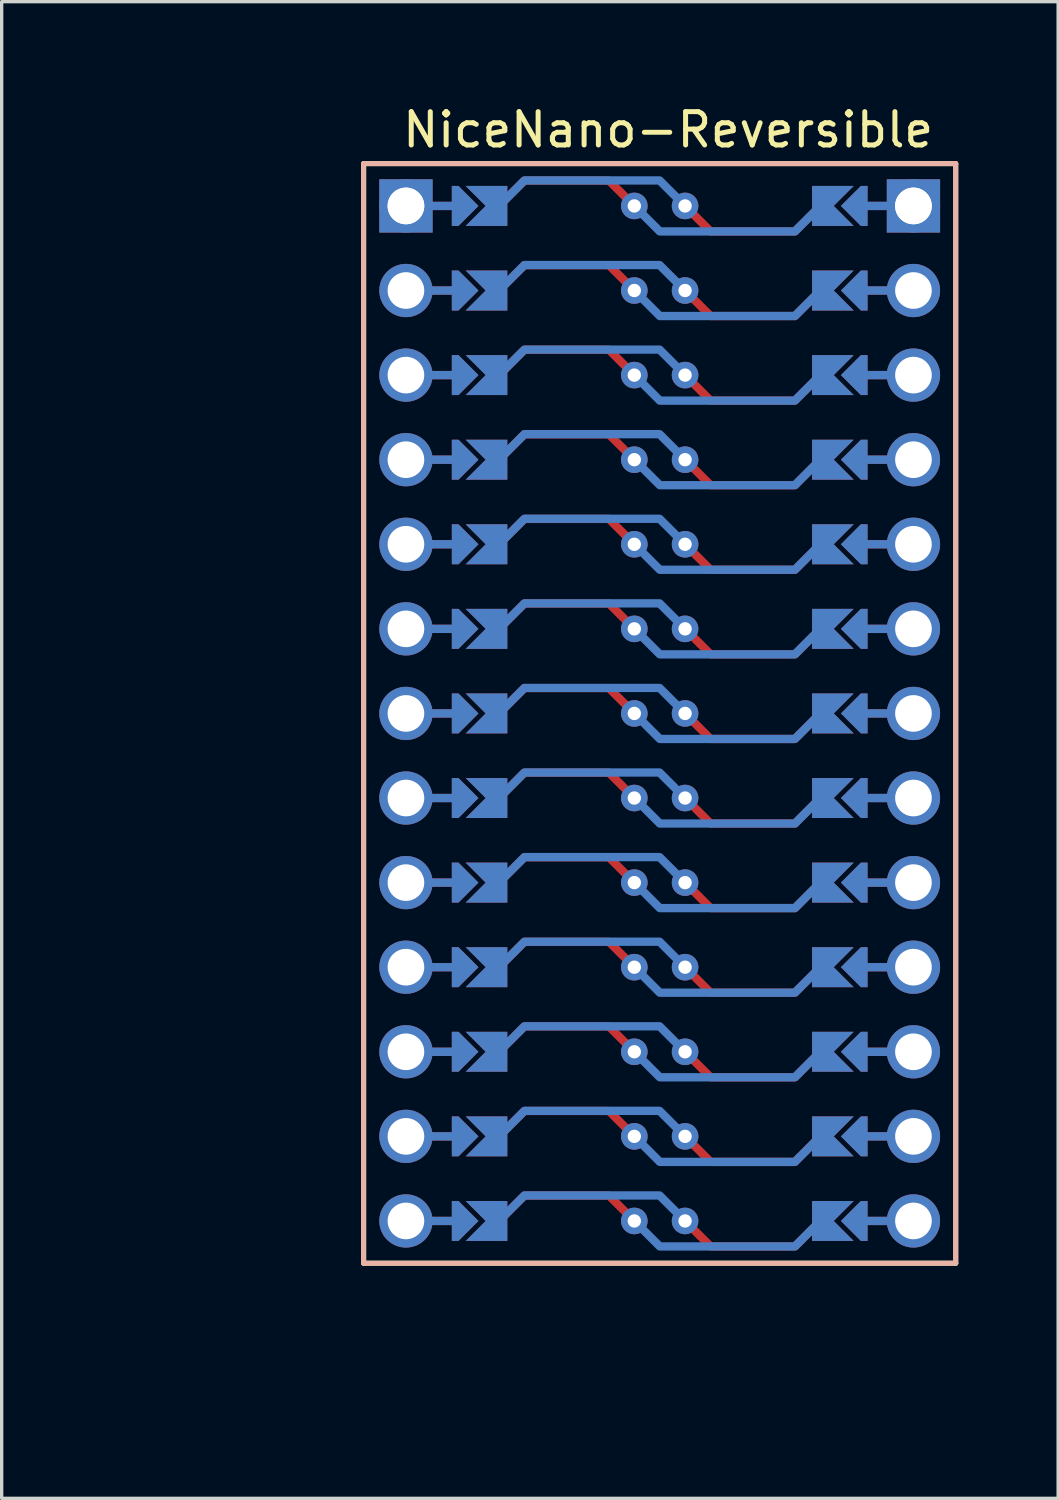
<source format=kicad_pcb>
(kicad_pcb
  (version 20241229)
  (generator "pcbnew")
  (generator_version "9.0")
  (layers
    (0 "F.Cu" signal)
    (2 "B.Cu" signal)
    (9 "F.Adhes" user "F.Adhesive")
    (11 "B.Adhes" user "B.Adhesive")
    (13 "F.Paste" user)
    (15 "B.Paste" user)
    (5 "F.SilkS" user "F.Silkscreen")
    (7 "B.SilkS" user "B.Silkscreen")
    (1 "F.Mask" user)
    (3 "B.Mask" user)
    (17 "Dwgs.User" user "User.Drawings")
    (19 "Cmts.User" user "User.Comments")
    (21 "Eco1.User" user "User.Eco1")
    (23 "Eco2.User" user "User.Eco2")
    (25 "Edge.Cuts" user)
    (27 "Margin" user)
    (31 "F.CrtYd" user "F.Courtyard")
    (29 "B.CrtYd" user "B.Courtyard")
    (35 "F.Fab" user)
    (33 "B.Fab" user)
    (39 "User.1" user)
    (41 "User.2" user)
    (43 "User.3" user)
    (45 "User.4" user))
  (footprint "NiceNano-Reversible"
    (layer "F.Cu")
    (at 0.25 38.694)
    (property "Reference" "NiceNano-Reversible" (at 16.764 -37.846 0) (layer "F.SilkS") (effects (font (size 1 1) (thickness 0.15))))
    (attr through_hole)
    (fp_circle (center 15.748 -35.56) (end 15.748 -35.435) (stroke (width 0.25) (type solid)) (fill no) (layer "F.Mask"))
    (fp_circle (center 15.748 -33.02) (end 15.748 -32.895) (stroke (width 0.25) (type solid)) (fill no) (layer "F.Mask"))
    (fp_circle (center 15.748 -30.48) (end 15.748 -30.355) (stroke (width 0.25) (type solid)) (fill no) (layer "F.Mask"))
    (fp_circle (center 15.748 -27.94) (end 15.748 -27.815) (stroke (width 0.25) (type solid)) (fill no) (layer "F.Mask"))
    (fp_circle (center 15.748 -25.4) (end 15.748 -25.275) (stroke (width 0.25) (type solid)) (fill no) (layer "F.Mask"))
    (fp_circle (center 15.748 -22.86) (end 15.748 -22.735) (stroke (width 0.25) (type solid)) (fill no) (layer "F.Mask"))
    (fp_circle (center 15.748 -20.32) (end 15.748 -20.195) (stroke (width 0.25) (type solid)) (fill no) (layer "F.Mask"))
    (fp_circle (center 15.748 -17.78) (end 15.748 -17.655) (stroke (width 0.25) (type solid)) (fill no) (layer "F.Mask"))
    (fp_circle (center 15.748 -15.24) (end 15.748 -15.115) (stroke (width 0.25) (type solid)) (fill no) (layer "F.Mask"))
    (fp_circle (center 15.748 -12.7) (end 15.748 -12.575) (stroke (width 0.25) (type solid)) (fill no) (layer "F.Mask"))
    (fp_circle (center 15.748 -10.16) (end 15.748 -10.035) (stroke (width 0.25) (type solid)) (fill no) (layer "F.Mask"))
    (fp_circle (center 15.748 -7.62) (end 15.748 -7.495) (stroke (width 0.25) (type solid)) (fill no) (layer "F.Mask"))
    (fp_circle (center 15.748 -5.08) (end 15.748 -4.955) (stroke (width 0.25) (type solid)) (fill no) (layer "F.Mask"))
    (fp_circle (center 17.272 -35.56) (end 17.272 -35.435) (stroke (width 0.25) (type solid)) (fill no) (layer "F.Mask"))
    (fp_circle (center 17.272 -33.02) (end 17.272 -32.895) (stroke (width 0.25) (type solid)) (fill no) (layer "F.Mask"))
    (fp_circle (center 17.272 -30.48) (end 17.272 -30.355) (stroke (width 0.25) (type solid)) (fill no) (layer "F.Mask"))
    (fp_circle (center 17.272 -27.94) (end 17.272 -27.815) (stroke (width 0.25) (type solid)) (fill no) (layer "F.Mask"))
    (fp_circle (center 17.272 -25.4) (end 17.272 -25.275) (stroke (width 0.25) (type solid)) (fill no) (layer "F.Mask"))
    (fp_circle (center 17.272 -22.86) (end 17.272 -22.735) (stroke (width 0.25) (type solid)) (fill no) (layer "F.Mask"))
    (fp_circle (center 17.272 -20.32) (end 17.272 -20.195) (stroke (width 0.25) (type solid)) (fill no) (layer "F.Mask"))
    (fp_circle (center 17.272 -17.78) (end 17.272 -17.655) (stroke (width 0.25) (type solid)) (fill no) (layer "F.Mask"))
    (fp_circle (center 17.272 -15.24) (end 17.272 -15.115) (stroke (width 0.25) (type solid)) (fill no) (layer "F.Mask"))
    (fp_circle (center 17.272 -12.7) (end 17.272 -12.575) (stroke (width 0.25) (type solid)) (fill no) (layer "F.Mask"))
    (fp_circle (center 17.272 -10.16) (end 17.272 -10.035) (stroke (width 0.25) (type solid)) (fill no) (layer "F.Mask"))
    (fp_circle (center 17.272 -7.62) (end 17.272 -7.495) (stroke (width 0.25) (type solid)) (fill no) (layer "F.Mask"))
    (fp_circle (center 17.272 -5.08) (end 17.272 -4.955) (stroke (width 0.25) (type solid)) (fill no) (layer "F.Mask"))
    (fp_poly (pts (xy 11.43 -36.068) (xy 11.43 -35.052) (xy 10.414 -35.052) (xy 10.414 -36.068)) (stroke (width 0.1) (type solid)) (fill yes) (layer "F.Mask"))
    (fp_poly (pts (xy 11.43 -33.528) (xy 11.43 -32.512) (xy 10.414 -32.512) (xy 10.414 -33.528)) (stroke (width 0.1) (type solid)) (fill yes) (layer "F.Mask"))
    (fp_poly (pts (xy 11.43 -30.988) (xy 11.43 -29.972) (xy 10.414 -29.972) (xy 10.414 -30.988)) (stroke (width 0.1) (type solid)) (fill yes) (layer "F.Mask"))
    (fp_poly (pts (xy 11.43 -28.448) (xy 11.43 -27.432) (xy 10.414 -27.432) (xy 10.414 -28.448)) (stroke (width 0.1) (type solid)) (fill yes) (layer "F.Mask"))
    (fp_poly (pts (xy 11.43 -25.908) (xy 11.43 -24.892) (xy 10.414 -24.892) (xy 10.414 -25.908)) (stroke (width 0.1) (type solid)) (fill yes) (layer "F.Mask"))
    (fp_poly (pts (xy 11.43 -23.368) (xy 11.43 -22.352) (xy 10.414 -22.352) (xy 10.414 -23.368)) (stroke (width 0.1) (type solid)) (fill yes) (layer "F.Mask"))
    (fp_poly (pts (xy 11.43 -20.828) (xy 11.43 -19.812) (xy 10.414 -19.812) (xy 10.414 -20.828)) (stroke (width 0.1) (type solid)) (fill yes) (layer "F.Mask"))
    (fp_poly (pts (xy 11.43 -18.288) (xy 11.43 -17.272) (xy 10.414 -17.272) (xy 10.414 -18.288)) (stroke (width 0.1) (type solid)) (fill yes) (layer "F.Mask"))
    (fp_poly (pts (xy 11.43 -15.748) (xy 11.43 -14.732) (xy 10.414 -14.732) (xy 10.414 -15.748)) (stroke (width 0.1) (type solid)) (fill yes) (layer "F.Mask"))
    (fp_poly (pts (xy 11.43 -13.208) (xy 11.43 -12.192) (xy 10.414 -12.192) (xy 10.414 -13.208)) (stroke (width 0.1) (type solid)) (fill yes) (layer "F.Mask"))
    (fp_poly (pts (xy 11.43 -10.668) (xy 11.43 -9.652) (xy 10.414 -9.652) (xy 10.414 -10.668)) (stroke (width 0.1) (type solid)) (fill yes) (layer "F.Mask"))
    (fp_poly (pts (xy 11.43 -8.128) (xy 11.43 -7.112) (xy 10.414 -7.112) (xy 10.414 -8.128)) (stroke (width 0.1) (type solid)) (fill yes) (layer "F.Mask"))
    (fp_poly (pts (xy 11.43 -5.588) (xy 11.43 -4.572) (xy 10.414 -4.572) (xy 10.414 -5.588)) (stroke (width 0.1) (type solid)) (fill yes) (layer "F.Mask"))
    (fp_poly (pts (xy 21.59 -35.052) (xy 21.59 -36.068) (xy 22.606 -36.068) (xy 22.606 -35.052)) (stroke (width 0.1) (type solid)) (fill yes) (layer "F.Mask"))
    (fp_poly (pts (xy 21.59 -32.512) (xy 21.59 -33.528) (xy 22.606 -33.528) (xy 22.606 -32.512)) (stroke (width 0.1) (type solid)) (fill yes) (layer "F.Mask"))
    (fp_poly (pts (xy 21.59 -29.972) (xy 21.59 -30.988) (xy 22.606 -30.988) (xy 22.606 -29.972)) (stroke (width 0.1) (type solid)) (fill yes) (layer "F.Mask"))
    (fp_poly (pts (xy 21.59 -27.432) (xy 21.59 -28.448) (xy 22.606 -28.448) (xy 22.606 -27.432)) (stroke (width 0.1) (type solid)) (fill yes) (layer "F.Mask"))
    (fp_poly (pts (xy 21.59 -24.892) (xy 21.59 -25.908) (xy 22.606 -25.908) (xy 22.606 -24.892)) (stroke (width 0.1) (type solid)) (fill yes) (layer "F.Mask"))
    (fp_poly (pts (xy 21.59 -22.352) (xy 21.59 -23.368) (xy 22.606 -23.368) (xy 22.606 -22.352)) (stroke (width 0.1) (type solid)) (fill yes) (layer "F.Mask"))
    (fp_poly (pts (xy 21.59 -19.812) (xy 21.59 -20.828) (xy 22.606 -20.828) (xy 22.606 -19.812)) (stroke (width 0.1) (type solid)) (fill yes) (layer "F.Mask"))
    (fp_poly (pts (xy 21.59 -17.272) (xy 21.59 -18.288) (xy 22.606 -18.288) (xy 22.606 -17.272)) (stroke (width 0.1) (type solid)) (fill yes) (layer "F.Mask"))
    (fp_poly (pts (xy 21.59 -14.732) (xy 21.59 -15.748) (xy 22.606 -15.748) (xy 22.606 -14.732)) (stroke (width 0.1) (type solid)) (fill yes) (layer "F.Mask"))
    (fp_poly (pts (xy 21.59 -12.192) (xy 21.59 -13.208) (xy 22.606 -13.208) (xy 22.606 -12.192)) (stroke (width 0.1) (type solid)) (fill yes) (layer "F.Mask"))
    (fp_poly (pts (xy 21.59 -9.652) (xy 21.59 -10.668) (xy 22.606 -10.668) (xy 22.606 -9.652)) (stroke (width 0.1) (type solid)) (fill yes) (layer "F.Mask"))
    (fp_poly (pts (xy 21.59 -7.112) (xy 21.59 -8.128) (xy 22.606 -8.128) (xy 22.606 -7.112)) (stroke (width 0.1) (type solid)) (fill yes) (layer "F.Mask"))
    (fp_poly (pts (xy 21.59 -4.572) (xy 21.59 -5.588) (xy 22.606 -5.588) (xy 22.606 -4.572)) (stroke (width 0.1) (type solid)) (fill yes) (layer "F.Mask"))
    (fp_circle (center 15.748 -35.56) (end 15.748 -35.435) (stroke (width 0.25) (type solid)) (fill no) (layer "B.Mask"))
    (fp_circle (center 15.748 -33.02) (end 15.748 -32.895) (stroke (width 0.25) (type solid)) (fill no) (layer "B.Mask"))
    (fp_circle (center 15.748 -30.48) (end 15.748 -30.355) (stroke (width 0.25) (type solid)) (fill no) (layer "B.Mask"))
    (fp_circle (center 15.748 -27.94) (end 15.748 -27.815) (stroke (width 0.25) (type solid)) (fill no) (layer "B.Mask"))
    (fp_circle (center 15.748 -25.4) (end 15.748 -25.275) (stroke (width 0.25) (type solid)) (fill no) (layer "B.Mask"))
    (fp_circle (center 15.748 -22.86) (end 15.748 -22.735) (stroke (width 0.25) (type solid)) (fill no) (layer "B.Mask"))
    (fp_circle (center 15.748 -20.32) (end 15.748 -20.195) (stroke (width 0.25) (type solid)) (fill no) (layer "B.Mask"))
    (fp_circle (center 15.748 -17.78) (end 15.748 -17.655) (stroke (width 0.25) (type solid)) (fill no) (layer "B.Mask"))
    (fp_circle (center 15.748 -15.24) (end 15.748 -15.115) (stroke (width 0.25) (type solid)) (fill no) (layer "B.Mask"))
    (fp_circle (center 15.748 -12.7) (end 15.748 -12.575) (stroke (width 0.25) (type solid)) (fill no) (layer "B.Mask"))
    (fp_circle (center 15.748 -10.16) (end 15.748 -10.035) (stroke (width 0.25) (type solid)) (fill no) (layer "B.Mask"))
    (fp_circle (center 15.748 -7.62) (end 15.748 -7.495) (stroke (width 0.25) (type solid)) (fill no) (layer "B.Mask"))
    (fp_circle (center 15.748 -5.08) (end 15.748 -4.955) (stroke (width 0.25) (type solid)) (fill no) (layer "B.Mask"))
    (fp_circle (center 17.272 -35.56) (end 17.272 -35.435) (stroke (width 0.25) (type solid)) (fill no) (layer "B.Mask"))
    (fp_circle (center 17.272 -33.02) (end 17.272 -32.895) (stroke (width 0.25) (type solid)) (fill no) (layer "B.Mask"))
    (fp_circle (center 17.272 -30.48) (end 17.272 -30.355) (stroke (width 0.25) (type solid)) (fill no) (layer "B.Mask"))
    (fp_circle (center 17.272 -27.94) (end 17.272 -27.815) (stroke (width 0.25) (type solid)) (fill no) (layer "B.Mask"))
    (fp_circle (center 17.272 -25.4) (end 17.272 -25.275) (stroke (width 0.25) (type solid)) (fill no) (layer "B.Mask"))
    (fp_circle (center 17.272 -22.86) (end 17.272 -22.735) (stroke (width 0.25) (type solid)) (fill no) (layer "B.Mask"))
    (fp_circle (center 17.272 -20.32) (end 17.272 -20.195) (stroke (width 0.25) (type solid)) (fill no) (layer "B.Mask"))
    (fp_circle (center 17.272 -17.78) (end 17.272 -17.655) (stroke (width 0.25) (type solid)) (fill no) (layer "B.Mask"))
    (fp_circle (center 17.272 -15.24) (end 17.272 -15.115) (stroke (width 0.25) (type solid)) (fill no) (layer "B.Mask"))
    (fp_circle (center 17.272 -12.7) (end 17.272 -12.575) (stroke (width 0.25) (type solid)) (fill no) (layer "B.Mask"))
    (fp_circle (center 17.272 -10.16) (end 17.272 -10.035) (stroke (width 0.25) (type solid)) (fill no) (layer "B.Mask"))
    (fp_circle (center 17.272 -7.62) (end 17.272 -7.495) (stroke (width 0.25) (type solid)) (fill no) (layer "B.Mask"))
    (fp_circle (center 17.272 -5.08) (end 17.272 -4.955) (stroke (width 0.25) (type solid)) (fill no) (layer "B.Mask"))
    (fp_poly (pts (xy 11.43 -36.068) (xy 11.43 -35.052) (xy 10.414 -35.052) (xy 10.414 -36.068)) (stroke (width 0.1) (type solid)) (fill yes) (layer "B.Mask"))
    (fp_poly (pts (xy 11.43 -33.528) (xy 11.43 -32.512) (xy 10.414 -32.512) (xy 10.414 -33.528)) (stroke (width 0.1) (type solid)) (fill yes) (layer "B.Mask"))
    (fp_poly (pts (xy 11.43 -30.988) (xy 11.43 -29.972) (xy 10.414 -29.972) (xy 10.414 -30.988)) (stroke (width 0.1) (type solid)) (fill yes) (layer "B.Mask"))
    (fp_poly (pts (xy 11.43 -28.448) (xy 11.43 -27.432) (xy 10.414 -27.432) (xy 10.414 -28.448)) (stroke (width 0.1) (type solid)) (fill yes) (layer "B.Mask"))
    (fp_poly (pts (xy 11.43 -25.908) (xy 11.43 -24.892) (xy 10.414 -24.892) (xy 10.414 -25.908)) (stroke (width 0.1) (type solid)) (fill yes) (layer "B.Mask"))
    (fp_poly (pts (xy 11.43 -23.368) (xy 11.43 -22.352) (xy 10.414 -22.352) (xy 10.414 -23.368)) (stroke (width 0.1) (type solid)) (fill yes) (layer "B.Mask"))
    (fp_poly (pts (xy 11.43 -20.828) (xy 11.43 -19.812) (xy 10.414 -19.812) (xy 10.414 -20.828)) (stroke (width 0.1) (type solid)) (fill yes) (layer "B.Mask"))
    (fp_poly (pts (xy 11.43 -18.288) (xy 11.43 -17.272) (xy 10.414 -17.272) (xy 10.414 -18.288)) (stroke (width 0.1) (type solid)) (fill yes) (layer "B.Mask"))
    (fp_poly (pts (xy 11.43 -15.748) (xy 11.43 -14.732) (xy 10.414 -14.732) (xy 10.414 -15.748)) (stroke (width 0.1) (type solid)) (fill yes) (layer "B.Mask"))
    (fp_poly (pts (xy 11.43 -13.208) (xy 11.43 -12.192) (xy 10.414 -12.192) (xy 10.414 -13.208)) (stroke (width 0.1) (type solid)) (fill yes) (layer "B.Mask"))
    (fp_poly (pts (xy 11.43 -10.668) (xy 11.43 -9.652) (xy 10.414 -9.652) (xy 10.414 -10.668)) (stroke (width 0.1) (type solid)) (fill yes) (layer "B.Mask"))
    (fp_poly (pts (xy 11.43 -8.128) (xy 11.43 -7.112) (xy 10.414 -7.112) (xy 10.414 -8.128)) (stroke (width 0.1) (type solid)) (fill yes) (layer "B.Mask"))
    (fp_poly (pts (xy 11.43 -5.588) (xy 11.43 -4.572) (xy 10.414 -4.572) (xy 10.414 -5.588)) (stroke (width 0.1) (type solid)) (fill yes) (layer "B.Mask"))
    (fp_poly (pts (xy 21.59 -35.052) (xy 21.59 -36.068) (xy 22.606 -36.068) (xy 22.606 -35.052)) (stroke (width 0.1) (type solid)) (fill yes) (layer "B.Mask"))
    (fp_poly (pts (xy 21.59 -32.512) (xy 21.59 -33.528) (xy 22.606 -33.528) (xy 22.606 -32.512)) (stroke (width 0.1) (type solid)) (fill yes) (layer "B.Mask"))
    (fp_poly (pts (xy 21.59 -29.972) (xy 21.59 -30.988) (xy 22.606 -30.988) (xy 22.606 -29.972)) (stroke (width 0.1) (type solid)) (fill yes) (layer "B.Mask"))
    (fp_poly (pts (xy 21.59 -27.432) (xy 21.59 -28.448) (xy 22.606 -28.448) (xy 22.606 -27.432)) (stroke (width 0.1) (type solid)) (fill yes) (layer "B.Mask"))
    (fp_poly (pts (xy 21.59 -24.892) (xy 21.59 -25.908) (xy 22.606 -25.908) (xy 22.606 -24.892)) (stroke (width 0.1) (type solid)) (fill yes) (layer "B.Mask"))
    (fp_poly (pts (xy 21.59 -22.352) (xy 21.59 -23.368) (xy 22.606 -23.368) (xy 22.606 -22.352)) (stroke (width 0.1) (type solid)) (fill yes) (layer "B.Mask"))
    (fp_poly (pts (xy 21.59 -19.812) (xy 21.59 -20.828) (xy 22.606 -20.828) (xy 22.606 -19.812)) (stroke (width 0.1) (type solid)) (fill yes) (layer "B.Mask"))
    (fp_poly (pts (xy 21.59 -17.272) (xy 21.59 -18.288) (xy 22.606 -18.288) (xy 22.606 -17.272)) (stroke (width 0.1) (type solid)) (fill yes) (layer "B.Mask"))
    (fp_poly (pts (xy 21.59 -14.732) (xy 21.59 -15.748) (xy 22.606 -15.748) (xy 22.606 -14.732)) (stroke (width 0.1) (type solid)) (fill yes) (layer "B.Mask"))
    (fp_poly (pts (xy 21.59 -12.192) (xy 21.59 -13.208) (xy 22.606 -13.208) (xy 22.606 -12.192)) (stroke (width 0.1) (type solid)) (fill yes) (layer "B.Mask"))
    (fp_poly (pts (xy 21.59 -9.652) (xy 21.59 -10.668) (xy 22.606 -10.668) (xy 22.606 -9.652)) (stroke (width 0.1) (type solid)) (fill yes) (layer "B.Mask"))
    (fp_poly (pts (xy 21.59 -7.112) (xy 21.59 -8.128) (xy 22.606 -8.128) (xy 22.606 -7.112)) (stroke (width 0.1) (type solid)) (fill yes) (layer "B.Mask"))
    (fp_poly (pts (xy 21.59 -4.572) (xy 21.59 -5.588) (xy 22.606 -5.588) (xy 22.606 -4.572)) (stroke (width 0.1) (type solid)) (fill yes) (layer "B.Mask"))
    (fp_line (start 7.62 -36.83) (end 7.62 -3.81) (stroke (width 0.15) (type solid)) (layer "F.SilkS"))
    (fp_line (start 7.62 -36.83) (end 25.4 -36.83) (stroke (width 0.15) (type solid)) (layer "F.SilkS"))
    (fp_line (start 25.4 -36.83) (end 25.4 -3.81) (stroke (width 0.15) (type solid)) (layer "F.SilkS"))
    (fp_line (start 25.4 -3.81) (end 7.62 -3.81) (stroke (width 0.15) (type solid)) (layer "F.SilkS"))
    (fp_line (start 7.62 -36.83) (end 7.62 -3.81) (stroke (width 0.15) (type solid)) (layer "B.SilkS"))
    (fp_line (start 7.62 -36.83) (end 25.4 -36.83) (stroke (width 0.15) (type solid)) (layer "B.SilkS"))
    (fp_line (start 25.4 -36.83) (end 25.4 -3.81) (stroke (width 0.15) (type solid)) (layer "B.SilkS"))
    (fp_line (start 25.4 -3.81) (end 7.62 -3.81) (stroke (width 0.15) (type solid)) (layer "B.SilkS"))
    (pad "" thru_hole circle (at 8.89 -35.56 270) (size 1.6 1.6) (drill 1.1) (layers "*.Cu" "*.Mask"))
    (pad "" thru_hole rect (at 8.89 -35.56 270) (size 1.6 1.6) (drill 1.1) (layers "F.Cu" "F.Mask"))
    (pad "" thru_hole circle (at 8.89 -33.02 270) (size 1.6 1.6) (drill 1.1) (layers "*.Cu" "*.Mask"))
    (pad "" thru_hole circle (at 8.89 -30.48 270) (size 1.6 1.6) (drill 1.1) (layers "*.Cu" "*.Mask"))
    (pad "" thru_hole circle (at 8.89 -27.94 270) (size 1.6 1.6) (drill 1.1) (layers "*.Cu" "*.Mask"))
    (pad "" thru_hole circle (at 8.89 -25.4 270) (size 1.6 1.6) (drill 1.1) (layers "*.Cu" "*.Mask"))
    (pad "" thru_hole circle (at 8.89 -22.86 270) (size 1.6 1.6) (drill 1.1) (layers "*.Cu" "*.Mask"))
    (pad "" thru_hole circle (at 8.89 -20.32 270) (size 1.6 1.6) (drill 1.1) (layers "*.Cu" "*.Mask"))
    (pad "" thru_hole circle (at 8.89 -17.78 270) (size 1.6 1.6) (drill 1.1) (layers "*.Cu" "*.Mask"))
    (pad "" thru_hole circle (at 8.89 -15.24 270) (size 1.6 1.6) (drill 1.1) (layers "*.Cu" "*.Mask"))
    (pad "" thru_hole circle (at 8.89 -12.7 270) (size 1.6 1.6) (drill 1.1) (layers "*.Cu" "*.Mask"))
    (pad "" thru_hole circle (at 8.89 -10.16 270) (size 1.6 1.6) (drill 1.1) (layers "*.Cu" "*.Mask"))
    (pad "" thru_hole circle (at 8.89 -7.62 270) (size 1.6 1.6) (drill 1.1) (layers "*.Cu" "*.Mask"))
    (pad "" thru_hole circle (at 8.89 -5.08 270) (size 1.6 1.6) (drill 1.1) (layers "*.Cu" "*.Mask"))
    (pad "" smd custom (at 10.16 -35.56 90) (size 0.25 1) (layers "F.Cu") (options (anchor rect)) (primitives))
    (pad "" smd custom (at 10.16 -35.56 90) (size 0.25 1) (layers "B.Cu") (options (anchor rect)) (primitives))
    (pad "" smd custom (at 10.16 -33.02 90) (size 0.25 1) (layers "F.Cu") (options (anchor rect)) (primitives))
    (pad "" smd custom (at 10.16 -33.02 90) (size 0.25 1) (layers "B.Cu") (options (anchor rect)) (primitives))
    (pad "" smd custom (at 10.16 -30.48 90) (size 0.25 1) (layers "F.Cu") (options (anchor rect)) (primitives))
    (pad "" smd custom (at 10.16 -30.48 90) (size 0.25 1) (layers "B.Cu") (options (anchor rect)) (primitives))
    (pad "" smd custom (at 10.16 -27.94 90) (size 0.25 1) (layers "F.Cu") (options (anchor rect)) (primitives))
    (pad "" smd custom (at 10.16 -27.94 90) (size 0.25 1) (layers "B.Cu") (options (anchor rect)) (primitives))
    (pad "" smd custom (at 10.16 -25.4 90) (size 0.25 1) (layers "F.Cu") (options (anchor rect)) (primitives))
    (pad "" smd custom (at 10.16 -25.4 90) (size 0.25 1) (layers "B.Cu") (options (anchor rect)) (primitives))
    (pad "" smd custom (at 10.16 -22.86 90) (size 0.25 1) (layers "F.Cu") (options (anchor rect)) (primitives))
    (pad "" smd custom (at 10.16 -22.86 90) (size 0.25 1) (layers "B.Cu") (options (anchor rect)) (primitives))
    (pad "" smd custom (at 10.16 -20.32 90) (size 0.25 1) (layers "F.Cu") (options (anchor rect)) (primitives))
    (pad "" smd custom (at 10.16 -20.32 90) (size 0.25 1) (layers "B.Cu") (options (anchor rect)) (primitives))
    (pad "" smd custom (at 10.16 -17.78 90) (size 0.25 1) (layers "F.Cu") (options (anchor rect)) (primitives))
    (pad "" smd custom (at 10.16 -17.78 90) (size 0.25 1) (layers "B.Cu") (options (anchor rect)) (primitives))
    (pad "" smd custom (at 10.16 -15.24 90) (size 0.25 1) (layers "F.Cu") (options (anchor rect)) (primitives))
    (pad "" smd custom (at 10.16 -15.24 90) (size 0.25 1) (layers "B.Cu") (options (anchor rect)) (primitives))
    (pad "" smd custom (at 10.16 -12.7 90) (size 0.25 1) (layers "F.Cu") (options (anchor rect)) (primitives))
    (pad "" smd custom (at 10.16 -12.7 90) (size 0.25 1) (layers "B.Cu") (options (anchor rect)) (primitives))
    (pad "" smd custom (at 10.16 -10.16 90) (size 0.25 1) (layers "F.Cu") (options (anchor rect)) (primitives))
    (pad "" smd custom (at 10.16 -10.16 90) (size 0.25 1) (layers "B.Cu") (options (anchor rect)) (primitives))
    (pad "" smd custom (at 10.16 -7.62 90) (size 0.25 1) (layers "F.Cu") (options (anchor rect)) (primitives))
    (pad "" smd custom (at 10.16 -7.62 90) (size 0.25 1) (layers "B.Cu") (options (anchor rect)) (primitives))
    (pad "" smd custom (at 10.16 -5.08 90) (size 0.25 1) (layers "F.Cu") (options (anchor rect)) (primitives))
    (pad "" smd custom (at 10.16 -5.08 90) (size 0.25 1) (layers "B.Cu") (options (anchor rect)) (primitives))
    (pad "" smd custom (at 10.668 -35.56 90) (size 0.1 0.1) (layers "F.Cu" "F.Mask") (options (anchor rect)) (primitives (gr_poly (pts (xy 0.6 -0.4) (xy -0.6 -0.4) (xy -0.6 -0.2) (xy 0 0.4) (xy 0.6 -0.2)) (width 0) (fill yes))))
    (pad "" smd custom (at 10.668 -35.56 90) (size 0.1 0.1) (layers "B.Cu" "B.Mask") (options (anchor rect)) (primitives (gr_poly (pts (xy 0.6 -0.4) (xy -0.6 -0.4) (xy -0.6 -0.2) (xy 0 0.4) (xy 0.6 -0.2)) (width 0) (fill yes))))
    (pad "" smd custom (at 10.668 -33.02 90) (size 0.1 0.1) (layers "F.Cu" "F.Mask") (options (anchor rect)) (primitives (gr_poly (pts (xy 0.6 -0.4) (xy -0.6 -0.4) (xy -0.6 -0.2) (xy 0 0.4) (xy 0.6 -0.2)) (width 0) (fill yes))))
    (pad "" smd custom (at 10.668 -33.02 90) (size 0.1 0.1) (layers "B.Cu" "B.Mask") (options (anchor rect)) (primitives (gr_poly (pts (xy 0.6 -0.4) (xy -0.6 -0.4) (xy -0.6 -0.2) (xy 0 0.4) (xy 0.6 -0.2)) (width 0) (fill yes))))
    (pad "" smd custom (at 10.668 -30.48 90) (size 0.1 0.1) (layers "F.Cu" "F.Mask") (options (anchor rect)) (primitives (gr_poly (pts (xy 0.6 -0.4) (xy -0.6 -0.4) (xy -0.6 -0.2) (xy 0 0.4) (xy 0.6 -0.2)) (width 0) (fill yes))))
    (pad "" smd custom (at 10.668 -30.48 90) (size 0.1 0.1) (layers "B.Cu" "B.Mask") (options (anchor rect)) (primitives (gr_poly (pts (xy 0.6 -0.4) (xy -0.6 -0.4) (xy -0.6 -0.2) (xy 0 0.4) (xy 0.6 -0.2)) (width 0) (fill yes))))
    (pad "" smd custom (at 10.668 -27.94 90) (size 0.1 0.1) (layers "F.Cu" "F.Mask") (options (anchor rect)) (primitives (gr_poly (pts (xy 0.6 -0.4) (xy -0.6 -0.4) (xy -0.6 -0.2) (xy 0 0.4) (xy 0.6 -0.2)) (width 0) (fill yes))))
    (pad "" smd custom (at 10.668 -27.94 90) (size 0.1 0.1) (layers "B.Cu" "B.Mask") (options (anchor rect)) (primitives (gr_poly (pts (xy 0.6 -0.4) (xy -0.6 -0.4) (xy -0.6 -0.2) (xy 0 0.4) (xy 0.6 -0.2)) (width 0) (fill yes))))
    (pad "" smd custom (at 10.668 -25.4 90) (size 0.1 0.1) (layers "F.Cu" "F.Mask") (options (anchor rect)) (primitives (gr_poly (pts (xy 0.6 -0.4) (xy -0.6 -0.4) (xy -0.6 -0.2) (xy 0 0.4) (xy 0.6 -0.2)) (width 0) (fill yes))))
    (pad "" smd custom (at 10.668 -25.4 90) (size 0.1 0.1) (layers "B.Cu" "B.Mask") (options (anchor rect)) (primitives (gr_poly (pts (xy 0.6 -0.4) (xy -0.6 -0.4) (xy -0.6 -0.2) (xy 0 0.4) (xy 0.6 -0.2)) (width 0) (fill yes))))
    (pad "" smd custom (at 10.668 -22.86 90) (size 0.1 0.1) (layers "F.Cu" "F.Mask") (options (anchor rect)) (primitives (gr_poly (pts (xy 0.6 -0.4) (xy -0.6 -0.4) (xy -0.6 -0.2) (xy 0 0.4) (xy 0.6 -0.2)) (width 0) (fill yes))))
    (pad "" smd custom (at 10.668 -22.86 90) (size 0.1 0.1) (layers "B.Cu" "B.Mask") (options (anchor rect)) (primitives (gr_poly (pts (xy 0.6 -0.4) (xy -0.6 -0.4) (xy -0.6 -0.2) (xy 0 0.4) (xy 0.6 -0.2)) (width 0) (fill yes))))
    (pad "" smd custom (at 10.668 -20.32 90) (size 0.1 0.1) (layers "F.Cu" "F.Mask") (options (anchor rect)) (primitives (gr_poly (pts (xy 0.6 -0.4) (xy -0.6 -0.4) (xy -0.6 -0.2) (xy 0 0.4) (xy 0.6 -0.2)) (width 0) (fill yes))))
    (pad "" smd custom (at 10.668 -20.32 90) (size 0.1 0.1) (layers "B.Cu" "B.Mask") (options (anchor rect)) (primitives (gr_poly (pts (xy 0.6 -0.4) (xy -0.6 -0.4) (xy -0.6 -0.2) (xy 0 0.4) (xy 0.6 -0.2)) (width 0) (fill yes))))
    (pad "" smd custom (at 10.668 -17.78 90) (size 0.1 0.1) (layers "F.Cu" "F.Mask") (options (anchor rect)) (primitives (gr_poly (pts (xy 0.6 -0.4) (xy -0.6 -0.4) (xy -0.6 -0.2) (xy 0 0.4) (xy 0.6 -0.2)) (width 0) (fill yes))))
    (pad "" smd custom (at 10.668 -17.78 90) (size 0.1 0.1) (layers "B.Cu" "B.Mask") (options (anchor rect)) (primitives (gr_poly (pts (xy 0.6 -0.4) (xy -0.6 -0.4) (xy -0.6 -0.2) (xy 0 0.4) (xy 0.6 -0.2)) (width 0) (fill yes))))
    (pad "" smd custom (at 10.668 -15.24 90) (size 0.1 0.1) (layers "F.Cu" "F.Mask") (options (anchor rect)) (primitives (gr_poly (pts (xy 0.6 -0.4) (xy -0.6 -0.4) (xy -0.6 -0.2) (xy 0 0.4) (xy 0.6 -0.2)) (width 0) (fill yes))))
    (pad "" smd custom (at 10.668 -15.24 90) (size 0.1 0.1) (layers "B.Cu" "B.Mask") (options (anchor rect)) (primitives (gr_poly (pts (xy 0.6 -0.4) (xy -0.6 -0.4) (xy -0.6 -0.2) (xy 0 0.4) (xy 0.6 -0.2)) (width 0) (fill yes))))
    (pad "" smd custom (at 10.668 -12.7 90) (size 0.1 0.1) (layers "F.Cu" "F.Mask") (options (anchor rect)) (primitives (gr_poly (pts (xy 0.6 -0.4) (xy -0.6 -0.4) (xy -0.6 -0.2) (xy 0 0.4) (xy 0.6 -0.2)) (width 0) (fill yes))))
    (pad "" smd custom (at 10.668 -12.7 90) (size 0.1 0.1) (layers "B.Cu" "B.Mask") (options (anchor rect)) (primitives (gr_poly (pts (xy 0.6 -0.4) (xy -0.6 -0.4) (xy -0.6 -0.2) (xy 0 0.4) (xy 0.6 -0.2)) (width 0) (fill yes))))
    (pad "" smd custom (at 10.668 -10.16 90) (size 0.1 0.1) (layers "F.Cu" "F.Mask") (options (anchor rect)) (primitives (gr_poly (pts (xy 0.6 -0.4) (xy -0.6 -0.4) (xy -0.6 -0.2) (xy 0 0.4) (xy 0.6 -0.2)) (width 0) (fill yes))))
    (pad "" smd custom (at 10.668 -10.16 90) (size 0.1 0.1) (layers "B.Cu" "B.Mask") (options (anchor rect)) (primitives (gr_poly (pts (xy 0.6 -0.4) (xy -0.6 -0.4) (xy -0.6 -0.2) (xy 0 0.4) (xy 0.6 -0.2)) (width 0) (fill yes))))
    (pad "" smd custom (at 10.668 -7.62 90) (size 0.1 0.1) (layers "F.Cu" "F.Mask") (options (anchor rect)) (primitives (gr_poly (pts (xy 0.6 -0.4) (xy -0.6 -0.4) (xy -0.6 -0.2) (xy 0 0.4) (xy 0.6 -0.2)) (width 0) (fill yes))))
    (pad "" smd custom (at 10.668 -7.62 90) (size 0.1 0.1) (layers "B.Cu" "B.Mask") (options (anchor rect)) (primitives (gr_poly (pts (xy 0.6 -0.4) (xy -0.6 -0.4) (xy -0.6 -0.2) (xy 0 0.4) (xy 0.6 -0.2)) (width 0) (fill yes))))
    (pad "" smd custom (at 10.668 -5.08 90) (size 0.1 0.1) (layers "F.Cu" "F.Mask") (options (anchor rect)) (primitives (gr_poly (pts (xy 0.6 -0.4) (xy -0.6 -0.4) (xy -0.6 -0.2) (xy 0 0.4) (xy 0.6 -0.2)) (width 0) (fill yes))))
    (pad "" smd custom (at 10.668 -5.08 90) (size 0.1 0.1) (layers "B.Cu" "B.Mask") (options (anchor rect)) (primitives (gr_poly (pts (xy 0.6 -0.4) (xy -0.6 -0.4) (xy -0.6 -0.2) (xy 0 0.4) (xy 0.6 -0.2)) (width 0) (fill yes))))
    (pad "" smd custom (at 22.352 -35.56 270) (size 0.1 0.1) (layers "F.Cu" "F.Mask") (options (anchor rect)) (primitives (gr_poly (pts (xy 0.6 -0.4) (xy -0.6 -0.4) (xy -0.6 -0.2) (xy 0 0.4) (xy 0.6 -0.2)) (width 0) (fill yes))))
    (pad "" smd custom (at 22.352 -35.56 270) (size 0.1 0.1) (layers "B.Cu" "B.Mask") (options (anchor rect)) (primitives (gr_poly (pts (xy 0.6 -0.4) (xy -0.6 -0.4) (xy -0.6 -0.2) (xy 0 0.4) (xy 0.6 -0.2)) (width 0) (fill yes))))
    (pad "" smd custom (at 22.352 -33.02 270) (size 0.1 0.1) (layers "F.Cu" "F.Mask") (options (anchor rect)) (primitives (gr_poly (pts (xy 0.6 -0.4) (xy -0.6 -0.4) (xy -0.6 -0.2) (xy 0 0.4) (xy 0.6 -0.2)) (width 0) (fill yes))))
    (pad "" smd custom (at 22.352 -33.02 270) (size 0.1 0.1) (layers "B.Cu" "B.Mask") (options (anchor rect)) (primitives (gr_poly (pts (xy 0.6 -0.4) (xy -0.6 -0.4) (xy -0.6 -0.2) (xy 0 0.4) (xy 0.6 -0.2)) (width 0) (fill yes))))
    (pad "" smd custom (at 22.352 -30.48 270) (size 0.1 0.1) (layers "F.Cu" "F.Mask") (options (anchor rect)) (primitives (gr_poly (pts (xy 0.6 -0.4) (xy -0.6 -0.4) (xy -0.6 -0.2) (xy 0 0.4) (xy 0.6 -0.2)) (width 0) (fill yes))))
    (pad "" smd custom (at 22.352 -30.48 270) (size 0.1 0.1) (layers "B.Cu" "B.Mask") (options (anchor rect)) (primitives (gr_poly (pts (xy 0.6 -0.4) (xy -0.6 -0.4) (xy -0.6 -0.2) (xy 0 0.4) (xy 0.6 -0.2)) (width 0) (fill yes))))
    (pad "" smd custom (at 22.352 -27.94 270) (size 0.1 0.1) (layers "F.Cu" "F.Mask") (options (anchor rect)) (primitives (gr_poly (pts (xy 0.6 -0.4) (xy -0.6 -0.4) (xy -0.6 -0.2) (xy 0 0.4) (xy 0.6 -0.2)) (width 0) (fill yes))))
    (pad "" smd custom (at 22.352 -27.94 270) (size 0.1 0.1) (layers "B.Cu" "B.Mask") (options (anchor rect)) (primitives (gr_poly (pts (xy 0.6 -0.4) (xy -0.6 -0.4) (xy -0.6 -0.2) (xy 0 0.4) (xy 0.6 -0.2)) (width 0) (fill yes))))
    (pad "" smd custom (at 22.352 -25.4 270) (size 0.1 0.1) (layers "F.Cu" "F.Mask") (options (anchor rect)) (primitives (gr_poly (pts (xy 0.6 -0.4) (xy -0.6 -0.4) (xy -0.6 -0.2) (xy 0 0.4) (xy 0.6 -0.2)) (width 0) (fill yes))))
    (pad "" smd custom (at 22.352 -25.4 270) (size 0.1 0.1) (layers "B.Cu" "B.Mask") (options (anchor rect)) (primitives (gr_poly (pts (xy 0.6 -0.4) (xy -0.6 -0.4) (xy -0.6 -0.2) (xy 0 0.4) (xy 0.6 -0.2)) (width 0) (fill yes))))
    (pad "" smd custom (at 22.352 -22.86 270) (size 0.1 0.1) (layers "F.Cu" "F.Mask") (options (anchor rect)) (primitives (gr_poly (pts (xy 0.6 -0.4) (xy -0.6 -0.4) (xy -0.6 -0.2) (xy 0 0.4) (xy 0.6 -0.2)) (width 0) (fill yes))))
    (pad "" smd custom (at 22.352 -22.86 270) (size 0.1 0.1) (layers "B.Cu" "B.Mask") (options (anchor rect)) (primitives (gr_poly (pts (xy 0.6 -0.4) (xy -0.6 -0.4) (xy -0.6 -0.2) (xy 0 0.4) (xy 0.6 -0.2)) (width 0) (fill yes))))
    (pad "" smd custom (at 22.352 -20.32 270) (size 0.1 0.1) (layers "F.Cu" "F.Mask") (options (anchor rect)) (primitives (gr_poly (pts (xy 0.6 -0.4) (xy -0.6 -0.4) (xy -0.6 -0.2) (xy 0 0.4) (xy 0.6 -0.2)) (width 0) (fill yes))))
    (pad "" smd custom (at 22.352 -20.32 270) (size 0.1 0.1) (layers "B.Cu" "B.Mask") (options (anchor rect)) (primitives (gr_poly (pts (xy 0.6 -0.4) (xy -0.6 -0.4) (xy -0.6 -0.2) (xy 0 0.4) (xy 0.6 -0.2)) (width 0) (fill yes))))
    (pad "" smd custom (at 22.352 -17.78 270) (size 0.1 0.1) (layers "F.Cu" "F.Mask") (options (anchor rect)) (primitives (gr_poly (pts (xy 0.6 -0.4) (xy -0.6 -0.4) (xy -0.6 -0.2) (xy 0 0.4) (xy 0.6 -0.2)) (width 0) (fill yes))))
    (pad "" smd custom (at 22.352 -17.78 270) (size 0.1 0.1) (layers "B.Cu" "B.Mask") (options (anchor rect)) (primitives (gr_poly (pts (xy 0.6 -0.4) (xy -0.6 -0.4) (xy -0.6 -0.2) (xy 0 0.4) (xy 0.6 -0.2)) (width 0) (fill yes))))
    (pad "" smd custom (at 22.352 -15.24 270) (size 0.1 0.1) (layers "F.Cu" "F.Mask") (options (anchor rect)) (primitives (gr_poly (pts (xy 0.6 -0.4) (xy -0.6 -0.4) (xy -0.6 -0.2) (xy 0 0.4) (xy 0.6 -0.2)) (width 0) (fill yes))))
    (pad "" smd custom (at 22.352 -15.24 270) (size 0.1 0.1) (layers "B.Cu" "B.Mask") (options (anchor rect)) (primitives (gr_poly (pts (xy 0.6 -0.4) (xy -0.6 -0.4) (xy -0.6 -0.2) (xy 0 0.4) (xy 0.6 -0.2)) (width 0) (fill yes))))
    (pad "" smd custom (at 22.352 -12.7 270) (size 0.1 0.1) (layers "F.Cu" "F.Mask") (options (anchor rect)) (primitives (gr_poly (pts (xy 0.6 -0.4) (xy -0.6 -0.4) (xy -0.6 -0.2) (xy 0 0.4) (xy 0.6 -0.2)) (width 0) (fill yes))))
    (pad "" smd custom (at 22.352 -12.7 270) (size 0.1 0.1) (layers "B.Cu" "B.Mask") (options (anchor rect)) (primitives (gr_poly (pts (xy 0.6 -0.4) (xy -0.6 -0.4) (xy -0.6 -0.2) (xy 0 0.4) (xy 0.6 -0.2)) (width 0) (fill yes))))
    (pad "" smd custom (at 22.352 -10.16 270) (size 0.1 0.1) (layers "F.Cu" "F.Mask") (options (anchor rect)) (primitives (gr_poly (pts (xy 0.6 -0.4) (xy -0.6 -0.4) (xy -0.6 -0.2) (xy 0 0.4) (xy 0.6 -0.2)) (width 0) (fill yes))))
    (pad "" smd custom (at 22.352 -10.16 270) (size 0.1 0.1) (layers "B.Cu" "B.Mask") (options (anchor rect)) (primitives (gr_poly (pts (xy 0.6 -0.4) (xy -0.6 -0.4) (xy -0.6 -0.2) (xy 0 0.4) (xy 0.6 -0.2)) (width 0) (fill yes))))
    (pad "" smd custom (at 22.352 -7.62 270) (size 0.1 0.1) (layers "F.Cu" "F.Mask") (options (anchor rect)) (primitives (gr_poly (pts (xy 0.6 -0.4) (xy -0.6 -0.4) (xy -0.6 -0.2) (xy 0 0.4) (xy 0.6 -0.2)) (width 0) (fill yes))))
    (pad "" smd custom (at 22.352 -7.62 270) (size 0.1 0.1) (layers "B.Cu" "B.Mask") (options (anchor rect)) (primitives (gr_poly (pts (xy 0.6 -0.4) (xy -0.6 -0.4) (xy -0.6 -0.2) (xy 0 0.4) (xy 0.6 -0.2)) (width 0) (fill yes))))
    (pad "" smd custom (at 22.352 -5.08 270) (size 0.1 0.1) (layers "F.Cu" "F.Mask") (options (anchor rect)) (primitives (gr_poly (pts (xy 0.6 -0.4) (xy -0.6 -0.4) (xy -0.6 -0.2) (xy 0 0.4) (xy 0.6 -0.2)) (width 0) (fill yes))))
    (pad "" smd custom (at 22.352 -5.08 270) (size 0.1 0.1) (layers "B.Cu" "B.Mask") (options (anchor rect)) (primitives (gr_poly (pts (xy 0.6 -0.4) (xy -0.6 -0.4) (xy -0.6 -0.2) (xy 0 0.4) (xy 0.6 -0.2)) (width 0) (fill yes))))
    (pad "" smd custom (at 22.86 -35.56 270) (size 0.25 1) (layers "F.Cu") (options (anchor rect)) (primitives))
    (pad "" smd custom (at 22.86 -35.56 270) (size 0.25 1) (layers "B.Cu") (options (anchor rect)) (primitives))
    (pad "" smd custom (at 22.86 -33.02 270) (size 0.25 1) (layers "F.Cu") (options (anchor rect)) (primitives))
    (pad "" smd custom (at 22.86 -33.02 270) (size 0.25 1) (layers "B.Cu") (options (anchor rect)) (primitives))
    (pad "" smd custom (at 22.86 -30.48 270) (size 0.25 1) (layers "F.Cu") (options (anchor rect)) (primitives))
    (pad "" smd custom (at 22.86 -30.48 270) (size 0.25 1) (layers "B.Cu") (options (anchor rect)) (primitives))
    (pad "" smd custom (at 22.86 -27.94 270) (size 0.25 1) (layers "F.Cu") (options (anchor rect)) (primitives))
    (pad "" smd custom (at 22.86 -27.94 270) (size 0.25 1) (layers "B.Cu") (options (anchor rect)) (primitives))
    (pad "" smd custom (at 22.86 -25.4 270) (size 0.25 1) (layers "F.Cu") (options (anchor rect)) (primitives))
    (pad "" smd custom (at 22.86 -25.4 270) (size 0.25 1) (layers "B.Cu") (options (anchor rect)) (primitives))
    (pad "" smd custom (at 22.86 -22.86 270) (size 0.25 1) (layers "F.Cu") (options (anchor rect)) (primitives))
    (pad "" smd custom (at 22.86 -22.86 270) (size 0.25 1) (layers "B.Cu") (options (anchor rect)) (primitives))
    (pad "" smd custom (at 22.86 -20.32 270) (size 0.25 1) (layers "F.Cu") (options (anchor rect)) (primitives))
    (pad "" smd custom (at 22.86 -20.32 270) (size 0.25 1) (layers "B.Cu") (options (anchor rect)) (primitives))
    (pad "" smd custom (at 22.86 -17.78 270) (size 0.25 1) (layers "F.Cu") (options (anchor rect)) (primitives))
    (pad "" smd custom (at 22.86 -17.78 270) (size 0.25 1) (layers "B.Cu") (options (anchor rect)) (primitives))
    (pad "" smd custom (at 22.86 -15.24 270) (size 0.25 1) (layers "F.Cu") (options (anchor rect)) (primitives))
    (pad "" smd custom (at 22.86 -15.24 270) (size 0.25 1) (layers "B.Cu") (options (anchor rect)) (primitives))
    (pad "" smd custom (at 22.86 -12.7 270) (size 0.25 1) (layers "F.Cu") (options (anchor rect)) (primitives))
    (pad "" smd custom (at 22.86 -12.7 270) (size 0.25 1) (layers "B.Cu") (options (anchor rect)) (primitives))
    (pad "" smd custom (at 22.86 -10.16 270) (size 0.25 1) (layers "F.Cu") (options (anchor rect)) (primitives))
    (pad "" smd custom (at 22.86 -10.16 270) (size 0.25 1) (layers "B.Cu") (options (anchor rect)) (primitives))
    (pad "" smd custom (at 22.86 -7.62 270) (size 0.25 1) (layers "F.Cu") (options (anchor rect)) (primitives))
    (pad "" smd custom (at 22.86 -7.62 270) (size 0.25 1) (layers "B.Cu") (options (anchor rect)) (primitives))
    (pad "" smd custom (at 22.86 -5.08 270) (size 0.25 1) (layers "F.Cu") (options (anchor rect)) (primitives))
    (pad "" smd custom (at 22.86 -5.08 270) (size 0.25 1) (layers "B.Cu") (options (anchor rect)) (primitives))
    (pad "" thru_hole circle (at 24.13 -35.56 270) (size 1.6 1.6) (drill 1.1) (layers "*.Cu" "*.Mask"))
    (pad "" thru_hole rect (at 24.13 -35.56 270) (size 1.6 1.6) (drill 1.1) (layers "B.Cu" "B.Mask"))
    (pad "" thru_hole circle (at 24.13 -33.02 270) (size 1.6 1.6) (drill 1.1) (layers "*.Cu" "*.Mask"))
    (pad "" thru_hole circle (at 24.13 -30.48 270) (size 1.6 1.6) (drill 1.1) (layers "*.Cu" "*.Mask"))
    (pad "" thru_hole circle (at 24.13 -27.94 270) (size 1.6 1.6) (drill 1.1) (layers "*.Cu" "*.Mask"))
    (pad "" thru_hole circle (at 24.13 -25.4 270) (size 1.6 1.6) (drill 1.1) (layers "*.Cu" "*.Mask"))
    (pad "" thru_hole circle (at 24.13 -22.86 270) (size 1.6 1.6) (drill 1.1) (layers "*.Cu" "*.Mask"))
    (pad "" thru_hole circle (at 24.13 -20.32 270) (size 1.6 1.6) (drill 1.1) (layers "*.Cu" "*.Mask"))
    (pad "" thru_hole circle (at 24.13 -17.78 270) (size 1.6 1.6) (drill 1.1) (layers "*.Cu" "*.Mask"))
    (pad "" thru_hole circle (at 24.13 -15.24 270) (size 1.6 1.6) (drill 1.1) (layers "*.Cu" "*.Mask"))
    (pad "" thru_hole circle (at 24.13 -12.7 270) (size 1.6 1.6) (drill 1.1) (layers "*.Cu" "*.Mask"))
    (pad "" thru_hole circle (at 24.13 -10.16 270) (size 1.6 1.6) (drill 1.1) (layers "*.Cu" "*.Mask"))
    (pad "" thru_hole circle (at 24.13 -7.62 270) (size 1.6 1.6) (drill 1.1) (layers "*.Cu" "*.Mask"))
    (pad "" thru_hole circle (at 24.13 -5.08 270) (size 1.6 1.6) (drill 1.1) (layers "*.Cu" "*.Mask"))
    (pad "1" smd custom (at 11.684 -35.56 90) (size 1.2 0.5) (layers "B.Cu" "B.Mask") (options (anchor rect)) (primitives (gr_poly (pts (xy 0.6 0) (xy -0.6 0) (xy -0.6 -1) (xy 0 -0.4) (xy 0.6 -1)) (width 0) (fill yes))))
    (pad "1" smd custom (at 17.272 -35.56 270) (size 0.25 0.25) (layers "F.Cu") (options (anchor circle)) (primitives (gr_line (start 0 0) (end 0.766 -0.766) (width 0.25)) (gr_line (start 0.766 -0.766) (end 0.766 -3.298) (width 0.25)) (gr_line (start 0.766 -3.298) (end 0 -4.064) (width 0.25))))
    (pad "1" smd custom (at 17.272 -35.56 270) (size 0.25 0.25) (layers "B.Cu") (options (anchor circle)) (primitives (gr_line (start 0 0) (end -0.766 0.766) (width 0.25)) (gr_line (start -0.766 0.766) (end -0.766 4.822) (width 0.25)) (gr_line (start -0.766 4.822) (end 0 5.588) (width 0.25))))
    (pad "1" thru_hole circle (at 17.272 -35.56 90) (size 0.8 0.8) (drill 0.4) (layers "*.Cu"))
    (pad "1" smd custom (at 21.336 -35.56 270) (size 1.2 0.5) (layers "F.Cu" "F.Mask") (options (anchor rect)) (primitives (gr_poly (pts (xy 0.6 0) (xy -0.6 0) (xy -0.6 -1) (xy 0 -0.4) (xy 0.6 -1)) (width 0) (fill yes))))
    (pad "2" smd custom (at 11.684 -33.02 90) (size 1.2 0.5) (layers "B.Cu" "B.Mask") (options (anchor rect)) (primitives (gr_poly (pts (xy 0.6 0) (xy -0.6 0) (xy -0.6 -1) (xy 0 -0.4) (xy 0.6 -1)) (width 0) (fill yes))))
    (pad "2" smd custom (at 17.272 -33.02 270) (size 0.25 0.25) (layers "F.Cu") (options (anchor circle)) (primitives (gr_line (start 0 0) (end 0.766 -0.766) (width 0.25)) (gr_line (start 0.766 -0.766) (end 0.766 -3.298) (width 0.25)) (gr_line (start 0.766 -3.298) (end 0 -4.064) (width 0.25))))
    (pad "2" smd custom (at 17.272 -33.02 270) (size 0.25 0.25) (layers "B.Cu") (options (anchor circle)) (primitives (gr_line (start 0 0) (end -0.766 0.766) (width 0.25)) (gr_line (start -0.766 0.766) (end -0.766 4.822) (width 0.25)) (gr_line (start -0.766 4.822) (end 0 5.588) (width 0.25))))
    (pad "2" thru_hole circle (at 17.272 -33.02 90) (size 0.8 0.8) (drill 0.4) (layers "*.Cu"))
    (pad "2" smd custom (at 21.336 -33.02 270) (size 1.2 0.5) (layers "F.Cu" "F.Mask") (options (anchor rect)) (primitives (gr_poly (pts (xy 0.6 0) (xy -0.6 0) (xy -0.6 -1) (xy 0 -0.4) (xy 0.6 -1)) (width 0) (fill yes))))
    (pad "3" smd custom (at 11.684 -30.48 90) (size 1.2 0.5) (layers "B.Cu" "B.Mask") (options (anchor rect)) (primitives (gr_poly (pts (xy 0.6 0) (xy -0.6 0) (xy -0.6 -1) (xy 0 -0.4) (xy 0.6 -1)) (width 0) (fill yes))))
    (pad "3" smd custom (at 17.272 -30.48 270) (size 0.25 0.25) (layers "F.Cu") (options (anchor circle)) (primitives (gr_line (start 0 0) (end 0.766 -0.766) (width 0.25)) (gr_line (start 0.766 -0.766) (end 0.766 -3.298) (width 0.25)) (gr_line (start 0.766 -3.298) (end 0 -4.064) (width 0.25))))
    (pad "3" smd custom (at 17.272 -30.48 270) (size 0.25 0.25) (layers "B.Cu") (options (anchor circle)) (primitives (gr_line (start 0 0) (end -0.766 0.766) (width 0.25)) (gr_line (start -0.766 0.766) (end -0.766 4.822) (width 0.25)) (gr_line (start -0.766 4.822) (end 0 5.588) (width 0.25))))
    (pad "3" thru_hole circle (at 17.272 -30.48 90) (size 0.8 0.8) (drill 0.4) (layers "*.Cu"))
    (pad "3" smd custom (at 21.336 -30.48 270) (size 1.2 0.5) (layers "F.Cu" "F.Mask") (options (anchor rect)) (primitives (gr_poly (pts (xy 0.6 0) (xy -0.6 0) (xy -0.6 -1) (xy 0 -0.4) (xy 0.6 -1)) (width 0) (fill yes))))
    (pad "4" smd custom (at 11.684 -27.94 90) (size 1.2 0.5) (layers "B.Cu" "B.Mask") (options (anchor rect)) (primitives (gr_poly (pts (xy 0.6 0) (xy -0.6 0) (xy -0.6 -1) (xy 0 -0.4) (xy 0.6 -1)) (width 0) (fill yes))))
    (pad "4" smd custom (at 17.272 -27.94 270) (size 0.25 0.25) (layers "F.Cu") (options (anchor circle)) (primitives (gr_line (start 0 0) (end 0.766 -0.766) (width 0.25)) (gr_line (start 0.766 -0.766) (end 0.766 -3.298) (width 0.25)) (gr_line (start 0.766 -3.298) (end 0 -4.064) (width 0.25))))
    (pad "4" smd custom (at 17.272 -27.94 270) (size 0.25 0.25) (layers "B.Cu") (options (anchor circle)) (primitives (gr_line (start 0 0) (end -0.766 0.766) (width 0.25)) (gr_line (start -0.766 0.766) (end -0.766 4.822) (width 0.25)) (gr_line (start -0.766 4.822) (end 0 5.588) (width 0.25))))
    (pad "4" thru_hole circle (at 17.272 -27.94 90) (size 0.8 0.8) (drill 0.4) (layers "*.Cu"))
    (pad "4" smd custom (at 21.336 -27.94 270) (size 1.2 0.5) (layers "F.Cu" "F.Mask") (options (anchor rect)) (primitives (gr_poly (pts (xy 0.6 0) (xy -0.6 0) (xy -0.6 -1) (xy 0 -0.4) (xy 0.6 -1)) (width 0) (fill yes))))
    (pad "5" smd custom (at 11.684 -25.4 90) (size 1.2 0.5) (layers "B.Cu" "B.Mask") (options (anchor rect)) (primitives (gr_poly (pts (xy 0.6 0) (xy -0.6 0) (xy -0.6 -1) (xy 0 -0.4) (xy 0.6 -1)) (width 0) (fill yes))))
    (pad "5" smd custom (at 17.272 -25.4 270) (size 0.25 0.25) (layers "F.Cu") (options (anchor circle)) (primitives (gr_line (start 0 0) (end 0.766 -0.766) (width 0.25)) (gr_line (start 0.766 -0.766) (end 0.766 -3.298) (width 0.25)) (gr_line (start 0.766 -3.298) (end 0 -4.064) (width 0.25))))
    (pad "5" smd custom (at 17.272 -25.4 270) (size 0.25 0.25) (layers "B.Cu") (options (anchor circle)) (primitives (gr_line (start 0 0) (end -0.766 0.766) (width 0.25)) (gr_line (start -0.766 0.766) (end -0.766 4.822) (width 0.25)) (gr_line (start -0.766 4.822) (end 0 5.588) (width 0.25))))
    (pad "5" thru_hole circle (at 17.272 -25.4 90) (size 0.8 0.8) (drill 0.4) (layers "*.Cu"))
    (pad "5" smd custom (at 21.336 -25.4 270) (size 1.2 0.5) (layers "F.Cu" "F.Mask") (options (anchor rect)) (primitives (gr_poly (pts (xy 0.6 0) (xy -0.6 0) (xy -0.6 -1) (xy 0 -0.4) (xy 0.6 -1)) (width 0) (fill yes))))
    (pad "6" smd custom (at 11.684 -22.86 90) (size 1.2 0.5) (layers "B.Cu" "B.Mask") (options (anchor rect)) (primitives (gr_poly (pts (xy 0.6 0) (xy -0.6 0) (xy -0.6 -1) (xy 0 -0.4) (xy 0.6 -1)) (width 0) (fill yes))))
    (pad "6" smd custom (at 17.272 -22.86 270) (size 0.25 0.25) (layers "F.Cu") (options (anchor circle)) (primitives (gr_line (start 0 0) (end 0.766 -0.766) (width 0.25)) (gr_line (start 0.766 -0.766) (end 0.766 -3.298) (width 0.25)) (gr_line (start 0.766 -3.298) (end 0 -4.064) (width 0.25))))
    (pad "6" smd custom (at 17.272 -22.86 270) (size 0.25 0.25) (layers "B.Cu") (options (anchor circle)) (primitives (gr_line (start 0 0) (end -0.766 0.766) (width 0.25)) (gr_line (start -0.766 0.766) (end -0.766 4.822) (width 0.25)) (gr_line (start -0.766 4.822) (end 0 5.588) (width 0.25))))
    (pad "6" thru_hole circle (at 17.272 -22.86 90) (size 0.8 0.8) (drill 0.4) (layers "*.Cu"))
    (pad "6" smd custom (at 21.336 -22.86 270) (size 1.2 0.5) (layers "F.Cu" "F.Mask") (options (anchor rect)) (primitives (gr_poly (pts (xy 0.6 0) (xy -0.6 0) (xy -0.6 -1) (xy 0 -0.4) (xy 0.6 -1)) (width 0) (fill yes))))
    (pad "7" smd custom (at 11.684 -20.32 90) (size 1.2 0.5) (layers "B.Cu" "B.Mask") (options (anchor rect)) (primitives (gr_poly (pts (xy 0.6 0) (xy -0.6 0) (xy -0.6 -1) (xy 0 -0.4) (xy 0.6 -1)) (width 0) (fill yes))))
    (pad "7" smd custom (at 17.272 -20.32 270) (size 0.25 0.25) (layers "F.Cu") (options (anchor circle)) (primitives (gr_line (start 0 0) (end 0.766 -0.766) (width 0.25)) (gr_line (start 0.766 -0.766) (end 0.766 -3.298) (width 0.25)) (gr_line (start 0.766 -3.298) (end 0 -4.064) (width 0.25))))
    (pad "7" smd custom (at 17.272 -20.32 270) (size 0.25 0.25) (layers "B.Cu") (options (anchor circle)) (primitives (gr_line (start 0 0) (end -0.766 0.766) (width 0.25)) (gr_line (start -0.766 0.766) (end -0.766 4.822) (width 0.25)) (gr_line (start -0.766 4.822) (end 0 5.588) (width 0.25))))
    (pad "7" thru_hole circle (at 17.272 -20.32 90) (size 0.8 0.8) (drill 0.4) (layers "*.Cu"))
    (pad "7" smd custom (at 21.336 -20.32 270) (size 1.2 0.5) (layers "F.Cu" "F.Mask") (options (anchor rect)) (primitives (gr_poly (pts (xy 0.6 0) (xy -0.6 0) (xy -0.6 -1) (xy 0 -0.4) (xy 0.6 -1)) (width 0) (fill yes))))
    (pad "8" smd custom (at 11.684 -17.78 90) (size 1.2 0.5) (layers "B.Cu" "B.Mask") (options (anchor rect)) (primitives (gr_poly (pts (xy 0.6 0) (xy -0.6 0) (xy -0.6 -1) (xy 0 -0.4) (xy 0.6 -1)) (width 0) (fill yes))))
    (pad "8" smd custom (at 17.272 -17.78 270) (size 0.25 0.25) (layers "F.Cu") (options (anchor circle)) (primitives (gr_line (start 0 0) (end 0.766 -0.766) (width 0.25)) (gr_line (start 0.766 -0.766) (end 0.766 -3.298) (width 0.25)) (gr_line (start 0.766 -3.298) (end 0 -4.064) (width 0.25))))
    (pad "8" smd custom (at 17.272 -17.78 270) (size 0.25 0.25) (layers "B.Cu") (options (anchor circle)) (primitives (gr_line (start 0 0) (end -0.766 0.766) (width 0.25)) (gr_line (start -0.766 0.766) (end -0.766 4.822) (width 0.25)) (gr_line (start -0.766 4.822) (end 0 5.588) (width 0.25))))
    (pad "8" thru_hole circle (at 17.272 -17.78 90) (size 0.8 0.8) (drill 0.4) (layers "*.Cu"))
    (pad "8" smd custom (at 21.336 -17.78 270) (size 1.2 0.5) (layers "F.Cu" "F.Mask") (options (anchor rect)) (primitives (gr_poly (pts (xy 0.6 0) (xy -0.6 0) (xy -0.6 -1) (xy 0 -0.4) (xy 0.6 -1)) (width 0) (fill yes))))
    (pad "9" smd custom (at 11.684 -15.24 90) (size 1.2 0.5) (layers "B.Cu" "B.Mask") (options (anchor rect)) (primitives (gr_poly (pts (xy 0.6 0) (xy -0.6 0) (xy -0.6 -1) (xy 0 -0.4) (xy 0.6 -1)) (width 0) (fill yes))))
    (pad "9" smd custom (at 17.272 -15.24 270) (size 0.25 0.25) (layers "F.Cu") (options (anchor circle)) (primitives (gr_line (start 0 0) (end 0.766 -0.766) (width 0.25)) (gr_line (start 0.766 -0.766) (end 0.766 -3.298) (width 0.25)) (gr_line (start 0.766 -3.298) (end 0 -4.064) (width 0.25))))
    (pad "9" smd custom (at 17.272 -15.24 270) (size 0.25 0.25) (layers "B.Cu") (options (anchor circle)) (primitives (gr_line (start 0 0) (end -0.766 0.766) (width 0.25)) (gr_line (start -0.766 0.766) (end -0.766 4.822) (width 0.25)) (gr_line (start -0.766 4.822) (end 0 5.588) (width 0.25))))
    (pad "9" thru_hole circle (at 17.272 -15.24 90) (size 0.8 0.8) (drill 0.4) (layers "*.Cu"))
    (pad "9" smd custom (at 21.336 -15.24 270) (size 1.2 0.5) (layers "F.Cu" "F.Mask") (options (anchor rect)) (primitives (gr_poly (pts (xy 0.6 0) (xy -0.6 0) (xy -0.6 -1) (xy 0 -0.4) (xy 0.6 -1)) (width 0) (fill yes))))
    (pad "10" smd custom (at 11.684 -12.7 90) (size 1.2 0.5) (layers "B.Cu" "B.Mask") (options (anchor rect)) (primitives (gr_poly (pts (xy 0.6 0) (xy -0.6 0) (xy -0.6 -1) (xy 0 -0.4) (xy 0.6 -1)) (width 0) (fill yes))))
    (pad "10" smd custom (at 17.272 -12.7 270) (size 0.25 0.25) (layers "F.Cu") (options (anchor circle)) (primitives (gr_line (start 0 0) (end 0.766 -0.766) (width 0.25)) (gr_line (start 0.766 -0.766) (end 0.766 -3.298) (width 0.25)) (gr_line (start 0.766 -3.298) (end 0 -4.064) (width 0.25))))
    (pad "10" smd custom (at 17.272 -12.7 270) (size 0.25 0.25) (layers "B.Cu") (options (anchor circle)) (primitives (gr_line (start 0 0) (end -0.766 0.766) (width 0.25)) (gr_line (start -0.766 0.766) (end -0.766 4.822) (width 0.25)) (gr_line (start -0.766 4.822) (end 0 5.588) (width 0.25))))
    (pad "10" thru_hole circle (at 17.272 -12.7 90) (size 0.8 0.8) (drill 0.4) (layers "*.Cu"))
    (pad "10" smd custom (at 21.336 -12.7 270) (size 1.2 0.5) (layers "F.Cu" "F.Mask") (options (anchor rect)) (primitives (gr_poly (pts (xy 0.6 0) (xy -0.6 0) (xy -0.6 -1) (xy 0 -0.4) (xy 0.6 -1)) (width 0) (fill yes))))
    (pad "11" smd custom (at 11.684 -10.16 90) (size 1.2 0.5) (layers "B.Cu" "B.Mask") (options (anchor rect)) (primitives (gr_poly (pts (xy 0.6 0) (xy -0.6 0) (xy -0.6 -1) (xy 0 -0.4) (xy 0.6 -1)) (width 0) (fill yes))))
    (pad "11" smd custom (at 17.272 -10.16 270) (size 0.25 0.25) (layers "F.Cu") (options (anchor circle)) (primitives (gr_line (start 0 0) (end 0.766 -0.766) (width 0.25)) (gr_line (start 0.766 -0.766) (end 0.766 -3.298) (width 0.25)) (gr_line (start 0.766 -3.298) (end 0 -4.064) (width 0.25))))
    (pad "11" smd custom (at 17.272 -10.16 270) (size 0.25 0.25) (layers "B.Cu") (options (anchor circle)) (primitives (gr_line (start 0 0) (end -0.766 0.766) (width 0.25)) (gr_line (start -0.766 0.766) (end -0.766 4.822) (width 0.25)) (gr_line (start -0.766 4.822) (end 0 5.588) (width 0.25))))
    (pad "11" thru_hole circle (at 17.272 -10.16 90) (size 0.8 0.8) (drill 0.4) (layers "*.Cu"))
    (pad "11" smd custom (at 21.336 -10.16 270) (size 1.2 0.5) (layers "F.Cu" "F.Mask") (options (anchor rect)) (primitives (gr_poly (pts (xy 0.6 0) (xy -0.6 0) (xy -0.6 -1) (xy 0 -0.4) (xy 0.6 -1)) (width 0) (fill yes))))
    (pad "12" smd custom (at 11.684 -7.62 90) (size 1.2 0.5) (layers "B.Cu" "B.Mask") (options (anchor rect)) (primitives (gr_poly (pts (xy 0.6 0) (xy -0.6 0) (xy -0.6 -1) (xy 0 -0.4) (xy 0.6 -1)) (width 0) (fill yes))))
    (pad "12" smd custom (at 17.272 -7.62 270) (size 0.25 0.25) (layers "F.Cu") (options (anchor circle)) (primitives (gr_line (start 0 0) (end 0.766 -0.766) (width 0.25)) (gr_line (start 0.766 -0.766) (end 0.766 -3.298) (width 0.25)) (gr_line (start 0.766 -3.298) (end 0 -4.064) (width 0.25))))
    (pad "12" smd custom (at 17.272 -7.62 270) (size 0.25 0.25) (layers "B.Cu") (options (anchor circle)) (primitives (gr_line (start 0 0) (end -0.766 0.766) (width 0.25)) (gr_line (start -0.766 0.766) (end -0.766 4.822) (width 0.25)) (gr_line (start -0.766 4.822) (end 0 5.588) (width 0.25))))
    (pad "12" thru_hole circle (at 17.272 -7.62 90) (size 0.8 0.8) (drill 0.4) (layers "*.Cu"))
    (pad "12" smd custom (at 17.272 -5.08 270) (size 0.25 0.25) (layers "F.Cu") (options (anchor circle)) (primitives (gr_line (start 0 0) (end 0.766 -0.766) (width 0.25)) (gr_line (start 0.766 -0.766) (end 0.766 -3.298) (width 0.25)) (gr_line (start 0.766 -3.298) (end 0 -4.064) (width 0.25))))
    (pad "12" smd custom (at 17.272 -5.08 270) (size 0.25 0.25) (layers "B.Cu") (options (anchor circle)) (primitives (gr_line (start 0 0) (end -0.766 0.766) (width 0.25)) (gr_line (start -0.766 0.766) (end -0.766 4.822) (width 0.25)) (gr_line (start -0.766 4.822) (end 0 5.588) (width 0.25))))
    (pad "12" smd custom (at 21.336 -7.62 270) (size 1.2 0.5) (layers "F.Cu" "F.Mask") (options (anchor rect)) (primitives (gr_poly (pts (xy 0.6 0) (xy -0.6 0) (xy -0.6 -1) (xy 0 -0.4) (xy 0.6 -1)) (width 0) (fill yes))))
    (pad "13" smd custom (at 11.684 -5.08 90) (size 1.2 0.5) (layers "B.Cu" "B.Mask") (options (anchor rect)) (primitives (gr_poly (pts (xy 0.6 0) (xy -0.6 0) (xy -0.6 -1) (xy 0 -0.4) (xy 0.6 -1)) (width 0) (fill yes))))
    (pad "13" smd custom (at 15.748 -7.62 90) (size 0.25 0.25) (layers "F.Cu") (options (anchor circle)) (primitives (gr_line (start 0 0) (end 0.762 -0.762) (width 0.25)) (gr_line (start 0.762 -0.762) (end 0.762 -3.302) (width 0.25)) (gr_line (start 0.762 -3.302) (end 0 -4.064) (width 0.25))))
    (pad "13" smd custom (at 15.748 -7.62 90) (size 0.25 0.25) (layers "B.Cu") (options (anchor circle)) (primitives (gr_line (start 0 0) (end -0.766 0.766) (width 0.25)) (gr_line (start -0.766 0.766) (end -0.766 4.822) (width 0.25)) (gr_line (start -0.766 4.822) (end 0 5.588) (width 0.25))))
    (pad "13" smd custom (at 15.748 -5.08 90) (size 0.25 0.25) (layers "F.Cu") (options (anchor circle)) (primitives (gr_line (start 0 0) (end 0.762 -0.762) (width 0.25)) (gr_line (start 0.762 -0.762) (end 0.762 -3.302) (width 0.25)) (gr_line (start 0.762 -3.302) (end 0 -4.064) (width 0.25))))
    (pad "13" smd custom (at 15.748 -5.08 90) (size 0.25 0.25) (layers "B.Cu") (options (anchor circle)) (primitives (gr_line (start 0 0) (end -0.766 0.766) (width 0.25)) (gr_line (start -0.766 0.766) (end -0.766 4.822) (width 0.25)) (gr_line (start -0.766 4.822) (end 0 5.588) (width 0.25))))
    (pad "13" thru_hole circle (at 17.272 -5.08 90) (size 0.8 0.8) (drill 0.4) (layers "*.Cu"))
    (pad "13" smd custom (at 21.336 -7.62 270) (size 1.2 0.5) (layers "B.Cu" "B.Mask") (options (anchor rect)) (primitives (gr_poly (pts (xy 0.6 0) (xy -0.6 0) (xy -0.6 -1) (xy 0 -0.4) (xy 0.6 -1)) (width 0) (fill yes))))
    (pad "13" smd custom (at 21.336 -5.08 270) (size 1.2 0.5) (layers "F.Cu" "F.Mask") (options (anchor rect)) (primitives (gr_poly (pts (xy 0.6 0) (xy -0.6 0) (xy -0.6 -1) (xy 0 -0.4) (xy 0.6 -1)) (width 0) (fill yes))))
    (pad "14" smd custom (at 11.684 -5.08 90) (size 1.2 0.5) (layers "F.Cu" "F.Mask") (options (anchor rect)) (primitives (gr_poly (pts (xy 0.6 0) (xy -0.6 0) (xy -0.6 -1) (xy 0 -0.4) (xy 0.6 -1)) (width 0) (fill yes))))
    (pad "14" smd custom (at 15.748 -10.16 90) (size 0.25 0.25) (layers "F.Cu") (options (anchor circle)) (primitives (gr_line (start 0 0) (end 0.762 -0.762) (width 0.25)) (gr_line (start 0.762 -0.762) (end 0.762 -3.302) (width 0.25)) (gr_line (start 0.762 -3.302) (end 0 -4.064) (width 0.25))))
    (pad "14" smd custom (at 15.748 -10.16 90) (size 0.25 0.25) (layers "B.Cu") (options (anchor circle)) (primitives (gr_line (start 0 0) (end -0.766 0.766) (width 0.25)) (gr_line (start -0.766 0.766) (end -0.766 4.822) (width 0.25)) (gr_line (start -0.766 4.822) (end 0 5.588) (width 0.25))))
    (pad "14" thru_hole circle (at 15.748 -5.08 90) (size 0.8 0.8) (drill 0.4) (layers "*.Cu"))
    (pad "14" smd custom (at 21.336 -10.16 270) (size 1.2 0.5) (layers "B.Cu" "B.Mask") (options (anchor rect)) (primitives (gr_poly (pts (xy 0.6 0) (xy -0.6 0) (xy -0.6 -1) (xy 0 -0.4) (xy 0.6 -1)) (width 0) (fill yes))))
    (pad "14" smd custom (at 21.336 -5.08 270) (size 1.2 0.5) (layers "B.Cu" "B.Mask") (options (anchor rect)) (primitives (gr_poly (pts (xy 0.6 0) (xy -0.6 0) (xy -0.6 -1) (xy 0 -0.4) (xy 0.6 -1)) (width 0) (fill yes))))
    (pad "15" smd custom (at 11.684 -7.62 90) (size 1.2 0.5) (layers "F.Cu" "F.Mask") (options (anchor rect)) (primitives (gr_poly (pts (xy 0.6 0) (xy -0.6 0) (xy -0.6 -1) (xy 0 -0.4) (xy 0.6 -1)) (width 0) (fill yes))))
    (pad "15" smd custom (at 15.748 -12.7 90) (size 0.25 0.25) (layers "F.Cu") (options (anchor circle)) (primitives (gr_line (start 0 0) (end 0.762 -0.762) (width 0.25)) (gr_line (start 0.762 -0.762) (end 0.762 -3.302) (width 0.25)) (gr_line (start 0.762 -3.302) (end 0 -4.064) (width 0.25))))
    (pad "15" smd custom (at 15.748 -12.7 90) (size 0.25 0.25) (layers "B.Cu") (options (anchor circle)) (primitives (gr_line (start 0 0) (end -0.766 0.766) (width 0.25)) (gr_line (start -0.766 0.766) (end -0.766 4.822) (width 0.25)) (gr_line (start -0.766 4.822) (end 0 5.588) (width 0.25))))
    (pad "15" thru_hole circle (at 15.748 -7.62 90) (size 0.8 0.8) (drill 0.4) (layers "*.Cu"))
    (pad "15" smd custom (at 21.336 -12.7 270) (size 1.2 0.5) (layers "B.Cu" "B.Mask") (options (anchor rect)) (primitives (gr_poly (pts (xy 0.6 0) (xy -0.6 0) (xy -0.6 -1) (xy 0 -0.4) (xy 0.6 -1)) (width 0) (fill yes))))
    (pad "16" smd custom (at 11.684 -10.16 90) (size 1.2 0.5) (layers "F.Cu" "F.Mask") (options (anchor rect)) (primitives (gr_poly (pts (xy 0.6 0) (xy -0.6 0) (xy -0.6 -1) (xy 0 -0.4) (xy 0.6 -1)) (width 0) (fill yes))))
    (pad "16" smd custom (at 15.748 -15.24 90) (size 0.25 0.25) (layers "F.Cu") (options (anchor circle)) (primitives (gr_line (start 0 0) (end 0.762 -0.762) (width 0.25)) (gr_line (start 0.762 -0.762) (end 0.762 -3.302) (width 0.25)) (gr_line (start 0.762 -3.302) (end 0 -4.064) (width 0.25))))
    (pad "16" smd custom (at 15.748 -15.24 90) (size 0.25 0.25) (layers "B.Cu") (options (anchor circle)) (primitives (gr_line (start 0 0) (end -0.766 0.766) (width 0.25)) (gr_line (start -0.766 0.766) (end -0.766 4.822) (width 0.25)) (gr_line (start -0.766 4.822) (end 0 5.588) (width 0.25))))
    (pad "16" thru_hole circle (at 15.748 -10.16 90) (size 0.8 0.8) (drill 0.4) (layers "*.Cu"))
    (pad "16" smd custom (at 21.336 -15.24 270) (size 1.2 0.5) (layers "B.Cu" "B.Mask") (options (anchor rect)) (primitives (gr_poly (pts (xy 0.6 0) (xy -0.6 0) (xy -0.6 -1) (xy 0 -0.4) (xy 0.6 -1)) (width 0) (fill yes))))
    (pad "17" smd custom (at 11.684 -12.7 90) (size 1.2 0.5) (layers "F.Cu" "F.Mask") (options (anchor rect)) (primitives (gr_poly (pts (xy 0.6 0) (xy -0.6 0) (xy -0.6 -1) (xy 0 -0.4) (xy 0.6 -1)) (width 0) (fill yes))))
    (pad "17" smd custom (at 15.748 -17.78 90) (size 0.25 0.25) (layers "F.Cu") (options (anchor circle)) (primitives (gr_line (start 0 0) (end 0.762 -0.762) (width 0.25)) (gr_line (start 0.762 -0.762) (end 0.762 -3.302) (width 0.25)) (gr_line (start 0.762 -3.302) (end 0 -4.064) (width 0.25))))
    (pad "17" smd custom (at 15.748 -17.78 90) (size 0.25 0.25) (layers "B.Cu") (options (anchor circle)) (primitives (gr_line (start 0 0) (end -0.766 0.766) (width 0.25)) (gr_line (start -0.766 0.766) (end -0.766 4.822) (width 0.25)) (gr_line (start -0.766 4.822) (end 0 5.588) (width 0.25))))
    (pad "17" thru_hole circle (at 15.748 -12.7 90) (size 0.8 0.8) (drill 0.4) (layers "*.Cu"))
    (pad "17" smd custom (at 21.336 -17.78 270) (size 1.2 0.5) (layers "B.Cu" "B.Mask") (options (anchor rect)) (primitives (gr_poly (pts (xy 0.6 0) (xy -0.6 0) (xy -0.6 -1) (xy 0 -0.4) (xy 0.6 -1)) (width 0) (fill yes))))
    (pad "18" smd custom (at 11.684 -15.24 90) (size 1.2 0.5) (layers "F.Cu" "F.Mask") (options (anchor rect)) (primitives (gr_poly (pts (xy 0.6 0) (xy -0.6 0) (xy -0.6 -1) (xy 0 -0.4) (xy 0.6 -1)) (width 0) (fill yes))))
    (pad "18" smd custom (at 15.748 -20.32 90) (size 0.25 0.25) (layers "F.Cu") (options (anchor circle)) (primitives (gr_line (start 0 0) (end 0.762 -0.762) (width 0.25)) (gr_line (start 0.762 -0.762) (end 0.762 -3.302) (width 0.25)) (gr_line (start 0.762 -3.302) (end 0 -4.064) (width 0.25))))
    (pad "18" smd custom (at 15.748 -20.32 90) (size 0.25 0.25) (layers "B.Cu") (options (anchor circle)) (primitives (gr_line (start 0 0) (end -0.766 0.766) (width 0.25)) (gr_line (start -0.766 0.766) (end -0.766 4.822) (width 0.25)) (gr_line (start -0.766 4.822) (end 0 5.588) (width 0.25))))
    (pad "18" thru_hole circle (at 15.748 -15.24 90) (size 0.8 0.8) (drill 0.4) (layers "*.Cu"))
    (pad "18" smd custom (at 21.336 -20.32 270) (size 1.2 0.5) (layers "B.Cu" "B.Mask") (options (anchor rect)) (primitives (gr_poly (pts (xy 0.6 0) (xy -0.6 0) (xy -0.6 -1) (xy 0 -0.4) (xy 0.6 -1)) (width 0) (fill yes))))
    (pad "19" smd custom (at 11.684 -17.78 90) (size 1.2 0.5) (layers "F.Cu" "F.Mask") (options (anchor rect)) (primitives (gr_poly (pts (xy 0.6 0) (xy -0.6 0) (xy -0.6 -1) (xy 0 -0.4) (xy 0.6 -1)) (width 0) (fill yes))))
    (pad "19" smd custom (at 15.748 -22.86 90) (size 0.25 0.25) (layers "F.Cu") (options (anchor circle)) (primitives (gr_line (start 0 0) (end 0.762 -0.762) (width 0.25)) (gr_line (start 0.762 -0.762) (end 0.762 -3.302) (width 0.25)) (gr_line (start 0.762 -3.302) (end 0 -4.064) (width 0.25))))
    (pad "19" smd custom (at 15.748 -22.86 90) (size 0.25 0.25) (layers "B.Cu") (options (anchor circle)) (primitives (gr_line (start 0 0) (end -0.766 0.766) (width 0.25)) (gr_line (start -0.766 0.766) (end -0.766 4.822) (width 0.25)) (gr_line (start -0.766 4.822) (end 0 5.588) (width 0.25))))
    (pad "19" thru_hole circle (at 15.748 -17.78 90) (size 0.8 0.8) (drill 0.4) (layers "*.Cu"))
    (pad "19" smd custom (at 21.336 -22.86 270) (size 1.2 0.5) (layers "B.Cu" "B.Mask") (options (anchor rect)) (primitives (gr_poly (pts (xy 0.6 0) (xy -0.6 0) (xy -0.6 -1) (xy 0 -0.4) (xy 0.6 -1)) (width 0) (fill yes))))
    (pad "20" smd custom (at 11.684 -20.32 90) (size 1.2 0.5) (layers "F.Cu" "F.Mask") (options (anchor rect)) (primitives (gr_poly (pts (xy 0.6 0) (xy -0.6 0) (xy -0.6 -1) (xy 0 -0.4) (xy 0.6 -1)) (width 0) (fill yes))))
    (pad "20" smd custom (at 15.748 -25.4 90) (size 0.25 0.25) (layers "F.Cu") (options (anchor circle)) (primitives (gr_line (start 0 0) (end 0.762 -0.762) (width 0.25)) (gr_line (start 0.762 -0.762) (end 0.762 -3.302) (width 0.25)) (gr_line (start 0.762 -3.302) (end 0 -4.064) (width 0.25))))
    (pad "20" smd custom (at 15.748 -25.4 90) (size 0.25 0.25) (layers "B.Cu") (options (anchor circle)) (primitives (gr_line (start 0 0) (end -0.766 0.766) (width 0.25)) (gr_line (start -0.766 0.766) (end -0.766 4.822) (width 0.25)) (gr_line (start -0.766 4.822) (end 0 5.588) (width 0.25))))
    (pad "20" thru_hole circle (at 15.748 -20.32 90) (size 0.8 0.8) (drill 0.4) (layers "*.Cu"))
    (pad "20" smd custom (at 21.336 -25.4 270) (size 1.2 0.5) (layers "B.Cu" "B.Mask") (options (anchor rect)) (primitives (gr_poly (pts (xy 0.6 0) (xy -0.6 0) (xy -0.6 -1) (xy 0 -0.4) (xy 0.6 -1)) (width 0) (fill yes))))
    (pad "21" smd custom (at 11.684 -22.86 90) (size 1.2 0.5) (layers "F.Cu" "F.Mask") (options (anchor rect)) (primitives (gr_poly (pts (xy 0.6 0) (xy -0.6 0) (xy -0.6 -1) (xy 0 -0.4) (xy 0.6 -1)) (width 0) (fill yes))))
    (pad "21" smd custom (at 15.748 -27.94 90) (size 0.25 0.25) (layers "F.Cu") (options (anchor circle)) (primitives (gr_line (start 0 0) (end 0.762 -0.762) (width 0.25)) (gr_line (start 0.762 -0.762) (end 0.762 -3.302) (width 0.25)) (gr_line (start 0.762 -3.302) (end 0 -4.064) (width 0.25))))
    (pad "21" smd custom (at 15.748 -27.94 90) (size 0.25 0.25) (layers "B.Cu") (options (anchor circle)) (primitives (gr_line (start 0 0) (end -0.766 0.766) (width 0.25)) (gr_line (start -0.766 0.766) (end -0.766 4.822) (width 0.25)) (gr_line (start -0.766 4.822) (end 0 5.588) (width 0.25))))
    (pad "21" thru_hole circle (at 15.748 -22.86 90) (size 0.8 0.8) (drill 0.4) (layers "*.Cu"))
    (pad "21" smd custom (at 21.336 -27.94 270) (size 1.2 0.5) (layers "B.Cu" "B.Mask") (options (anchor rect)) (primitives (gr_poly (pts (xy 0.6 0) (xy -0.6 0) (xy -0.6 -1) (xy 0 -0.4) (xy 0.6 -1)) (width 0) (fill yes))))
    (pad "22" smd custom (at 11.684 -25.4 90) (size 1.2 0.5) (layers "F.Cu" "F.Mask") (options (anchor rect)) (primitives (gr_poly (pts (xy 0.6 0) (xy -0.6 0) (xy -0.6 -1) (xy 0 -0.4) (xy 0.6 -1)) (width 0) (fill yes))))
    (pad "22" smd custom (at 15.748 -30.48 90) (size 0.25 0.25) (layers "F.Cu") (options (anchor circle)) (primitives (gr_line (start 0 0) (end 0.762 -0.762) (width 0.25)) (gr_line (start 0.762 -0.762) (end 0.762 -3.302) (width 0.25)) (gr_line (start 0.762 -3.302) (end 0 -4.064) (width 0.25))))
    (pad "22" smd custom (at 15.748 -30.48 90) (size 0.25 0.25) (layers "B.Cu") (options (anchor circle)) (primitives (gr_line (start 0 0) (end -0.766 0.766) (width 0.25)) (gr_line (start -0.766 0.766) (end -0.766 4.822) (width 0.25)) (gr_line (start -0.766 4.822) (end 0 5.588) (width 0.25))))
    (pad "22" thru_hole circle (at 15.748 -25.4 90) (size 0.8 0.8) (drill 0.4) (layers "*.Cu"))
    (pad "22" smd custom (at 21.336 -30.48 270) (size 1.2 0.5) (layers "B.Cu" "B.Mask") (options (anchor rect)) (primitives (gr_poly (pts (xy 0.6 0) (xy -0.6 0) (xy -0.6 -1) (xy 0 -0.4) (xy 0.6 -1)) (width 0) (fill yes))))
    (pad "23" smd custom (at 11.684 -27.94 90) (size 1.2 0.5) (layers "F.Cu" "F.Mask") (options (anchor rect)) (primitives (gr_poly (pts (xy 0.6 0) (xy -0.6 0) (xy -0.6 -1) (xy 0 -0.4) (xy 0.6 -1)) (width 0) (fill yes))))
    (pad "23" smd custom (at 15.748 -33.02 90) (size 0.25 0.25) (layers "F.Cu") (options (anchor circle)) (primitives (gr_line (start 0 0) (end 0.762 -0.762) (width 0.25)) (gr_line (start 0.762 -0.762) (end 0.762 -3.302) (width 0.25)) (gr_line (start 0.762 -3.302) (end 0 -4.064) (width 0.25))))
    (pad "23" smd custom (at 15.748 -33.02 90) (size 0.25 0.25) (layers "B.Cu") (options (anchor circle)) (primitives (gr_line (start 0 0) (end -0.766 0.766) (width 0.25)) (gr_line (start -0.766 0.766) (end -0.766 4.822) (width 0.25)) (gr_line (start -0.766 4.822) (end 0 5.588) (width 0.25))))
    (pad "23" thru_hole circle (at 15.748 -27.94 90) (size 0.8 0.8) (drill 0.4) (layers "*.Cu"))
    (pad "23" smd custom (at 21.336 -33.02 270) (size 1.2 0.5) (layers "B.Cu" "B.Mask") (options (anchor rect)) (primitives (gr_poly (pts (xy 0.6 0) (xy -0.6 0) (xy -0.6 -1) (xy 0 -0.4) (xy 0.6 -1)) (width 0) (fill yes))))
    (pad "24" smd custom (at 11.684 -30.48 90) (size 1.2 0.5) (layers "F.Cu" "F.Mask") (options (anchor rect)) (primitives (gr_poly (pts (xy 0.6 0) (xy -0.6 0) (xy -0.6 -1) (xy 0 -0.4) (xy 0.6 -1)) (width 0) (fill yes))))
    (pad "24" smd custom (at 15.748 -35.56 90) (size 0.25 0.25) (layers "F.Cu") (options (anchor circle)) (primitives (gr_line (start 0 0) (end 0.762 -0.762) (width 0.25)) (gr_line (start 0.762 -0.762) (end 0.762 -3.302) (width 0.25)) (gr_line (start 0.762 -3.302) (end 0 -4.064) (width 0.25))))
    (pad "24" smd custom (at 15.748 -35.56 90) (size 0.25 0.25) (layers "B.Cu") (options (anchor circle)) (primitives (gr_line (start 0 0) (end -0.766 0.766) (width 0.25)) (gr_line (start -0.766 0.766) (end -0.766 4.822) (width 0.25)) (gr_line (start -0.766 4.822) (end 0 5.588) (width 0.25))))
    (pad "24" thru_hole circle (at 15.748 -30.48 90) (size 0.8 0.8) (drill 0.4) (layers "*.Cu"))
    (pad "24" smd custom (at 21.336 -35.56 270) (size 1.2 0.5) (layers "B.Cu" "B.Mask") (options (anchor rect)) (primitives (gr_poly (pts (xy 0.6 0) (xy -0.6 0) (xy -0.6 -1) (xy 0 -0.4) (xy 0.6 -1)) (width 0) (fill yes))))
    (pad "25" smd custom (at 11.684 -33.02 90) (size 1.2 0.5) (layers "F.Cu" "F.Mask") (options (anchor rect)) (primitives (gr_poly (pts (xy 0.6 0) (xy -0.6 0) (xy -0.6 -1) (xy 0 -0.4) (xy 0.6 -1)) (width 0) (fill yes))))
    (pad "25" thru_hole circle (at 15.748 -33.02 90) (size 0.8 0.8) (drill 0.4) (layers "*.Cu"))
    (pad "26" smd custom (at 11.684 -35.56 90) (size 1.2 0.5) (layers "F.Cu" "F.Mask") (options (anchor rect)) (primitives (gr_poly (pts (xy 0.6 0) (xy -0.6 0) (xy -0.6 -1) (xy 0 -0.4) (xy 0.6 -1)) (width 0) (fill yes))))
    (pad "26" thru_hole circle (at 15.748 -35.56 90) (size 0.8 0.8) (drill 0.4) (layers "*.Cu")))
  (gr_rect
    (start -3 -3)
    (end 28.725 41.944)
    (stroke (width 0.1) (type default))
    (fill no)
    (layer "Edge.Cuts")))
</source>
